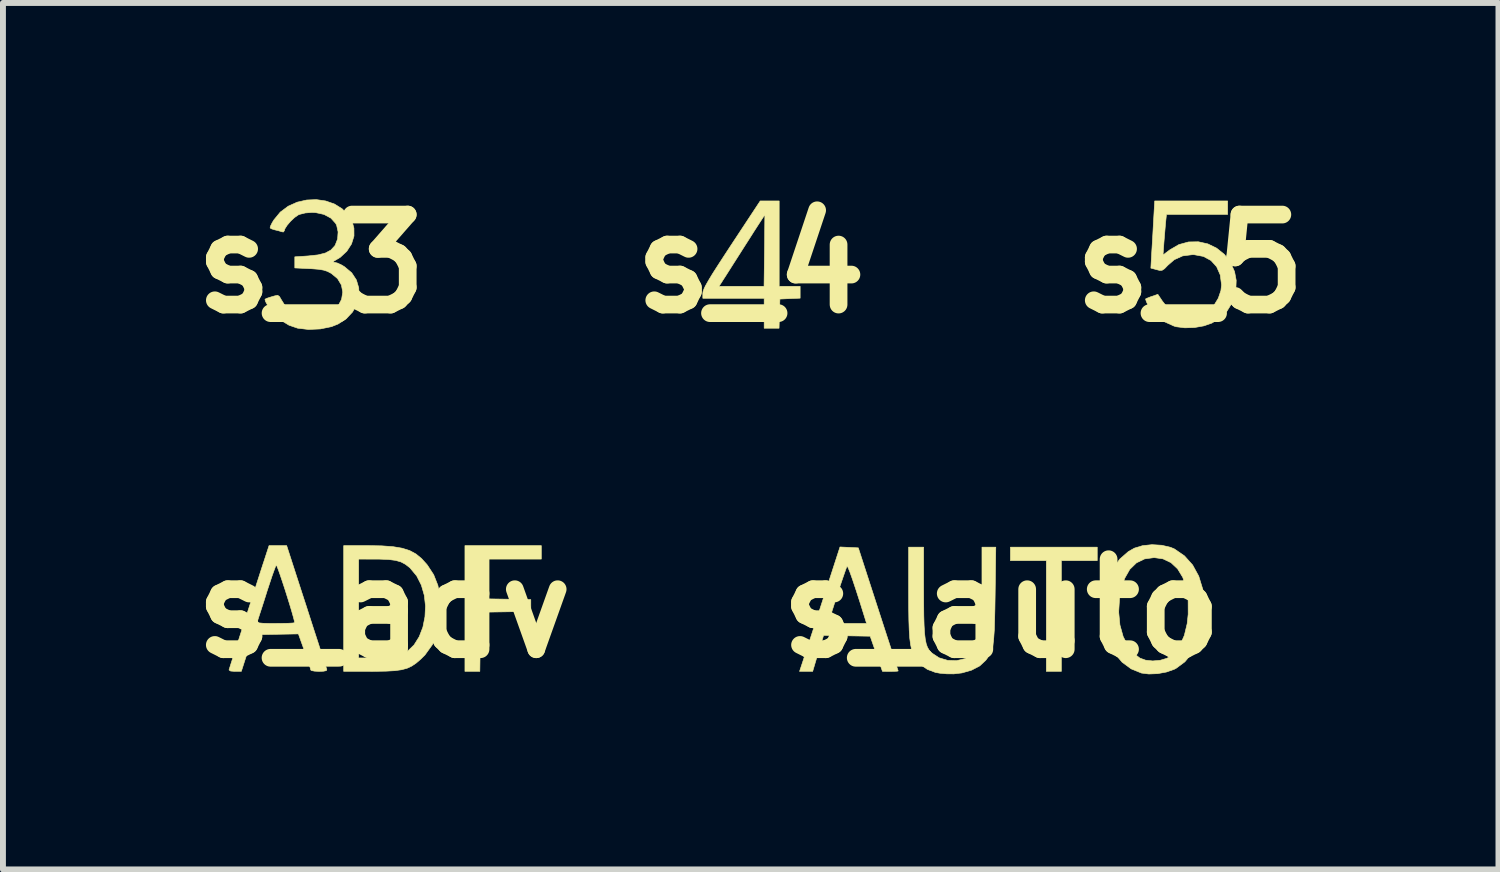
<source format=kicad_pcb>
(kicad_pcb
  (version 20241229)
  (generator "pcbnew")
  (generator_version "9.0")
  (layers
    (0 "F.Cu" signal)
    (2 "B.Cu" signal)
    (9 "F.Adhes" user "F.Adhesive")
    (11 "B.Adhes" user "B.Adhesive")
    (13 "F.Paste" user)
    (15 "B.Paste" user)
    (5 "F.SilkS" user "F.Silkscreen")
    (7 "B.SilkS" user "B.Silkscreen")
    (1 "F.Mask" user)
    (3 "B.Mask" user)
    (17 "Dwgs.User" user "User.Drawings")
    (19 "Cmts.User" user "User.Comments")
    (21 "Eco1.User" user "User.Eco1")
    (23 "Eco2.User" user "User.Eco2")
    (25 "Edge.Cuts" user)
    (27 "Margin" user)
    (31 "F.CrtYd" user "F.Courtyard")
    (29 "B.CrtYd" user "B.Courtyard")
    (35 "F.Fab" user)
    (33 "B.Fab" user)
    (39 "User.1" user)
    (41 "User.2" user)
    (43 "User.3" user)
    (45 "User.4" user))
  (footprint "s_4"
    (layer "F.Cu")
    (at 9.662 1.418)
    (property "Reference" "s_4" (at 0 0 0) (layer "F.SilkS") (effects (font (size 1.524 1.524) (thickness 0.3))))
    (attr through_hole)
    (fp_poly (pts (xy 0.482 0.38) (xy 0.837 0.38) (xy 0.837 0.581) (xy 0.665 0.588) (xy 0.494 0.596) (xy 0.487 0.843) (xy 0.48 1.09) (xy 0.228 1.09) (xy 0.228 0.583) (xy -0.811 0.583) (xy -0.811 0.496) (xy -0.806 0.465) (xy -0.79 0.421) (xy -0.77 0.38) (xy -0.537 0.38) (xy 0.226 0.38) (xy 0.234 -0.222) (xy 0.236 -0.391) (xy 0.237 -0.542) (xy 0.238 -0.668) (xy 0.239 -0.763) (xy 0.24 -0.818) (xy 0.239 -0.829) (xy 0.226 -0.811) (xy 0.189 -0.755) (xy 0.132 -0.667) (xy 0.059 -0.554) (xy -0.026 -0.42) (xy -0.103 -0.3) (xy -0.199 -0.149) (xy -0.289 -0.008) (xy -0.367 0.115) (xy -0.43 0.214) (xy -0.474 0.282) (xy -0.49 0.308) (xy -0.537 0.38) (xy -0.77 0.38) (xy -0.76 0.36) (xy -0.713 0.278) (xy -0.648 0.17) (xy -0.561 0.034) (xy -0.45 -0.137) (xy -0.325 -0.328) (xy 0.161 -1.065) (xy 0.482 -1.065) (xy 0.482 0.38)) (stroke (width 0.01) (type solid)) (fill yes) (layer "F.SilkS")))
  (footprint "s_auto"
    (layer "F.Cu")
    (at 13.908 7.254)
    (property "Reference" "s_auto" (at 0 0 0) (layer "F.SilkS") (effects (font (size 1.524 1.524) (thickness 0.3))))
    (attr through_hole)
    (fp_poly (pts (xy 1.622 -0.811) (xy 1.014 -0.811) (xy 1.014 1.065) (xy 0.76 1.065) (xy 0.76 -0.811) (xy 0.152 -0.811) (xy 0.152 -1.039) (xy 1.622 -1.039) (xy 1.622 -0.811)) (stroke (width 0.01) (type solid)) (fill yes) (layer "F.SilkS"))
    (fp_poly (pts (xy -2.424 -1.027) (xy -2.087 0.013) (xy -2.016 0.232) (xy -1.95 0.435) (xy -1.89 0.618) (xy -1.839 0.776) (xy -1.798 0.904) (xy -1.769 0.996) (xy -1.752 1.048) (xy -1.749 1.058) (xy -1.772 1.062) (xy -1.831 1.064) (xy -1.882 1.065) (xy -2.015 1.064) (xy -2.223 0.469) (xy -3.012 0.455) (xy -3.038 0.538) (xy -3.057 0.6) (xy -3.086 0.694) (xy -3.119 0.803) (xy -3.131 0.843) (xy -3.197 1.065) (xy -3.419 1.065) (xy -3.358 0.881) (xy -3.336 0.813) (xy -3.301 0.705) (xy -3.255 0.562) (xy -3.199 0.392) (xy -3.154 0.253) (xy -2.938 0.253) (xy -2.284 0.253) (xy -2.317 0.146) (xy -2.398 -0.113) (xy -2.467 -0.327) (xy -2.523 -0.495) (xy -2.566 -0.616) (xy -2.596 -0.69) (xy -2.612 -0.716) (xy -2.614 -0.716) (xy -2.627 -0.687) (xy -2.652 -0.617) (xy -2.687 -0.516) (xy -2.729 -0.393) (xy -2.762 -0.292) (xy -2.807 -0.151) (xy -2.848 -0.023) (xy -2.882 0.083) (xy -2.906 0.157) (xy -2.915 0.184) (xy -2.938 0.253) (xy -3.154 0.253) (xy -3.138 0.201) (xy -3.071 -0.002) (xy -3.016 -0.172) (xy -2.734 -1.042) (xy -2.424 -1.027)) (stroke (width 0.01) (type solid)) (fill yes) (layer "F.SilkS"))
    (fp_poly (pts (xy -1.318 -0.336) (xy -1.317 -0.085) (xy -1.315 0.121) (xy -1.31 0.287) (xy -1.302 0.418) (xy -1.29 0.52) (xy -1.274 0.598) (xy -1.253 0.657) (xy -1.226 0.703) (xy -1.193 0.742) (xy -1.182 0.752) (xy -1.058 0.834) (xy -0.914 0.878) (xy -0.763 0.883) (xy -0.617 0.849) (xy -0.489 0.775) (xy -0.483 0.77) (xy -0.443 0.732) (xy -0.41 0.688) (xy -0.384 0.633) (xy -0.364 0.561) (xy -0.35 0.467) (xy -0.34 0.346) (xy -0.334 0.191) (xy -0.331 -0.002) (xy -0.33 -0.239) (xy -0.33 -0.296) (xy -0.33 -1.039) (xy -0.096 -1.039) (xy -0.107 -0.234) (xy -0.111 0.008) (xy -0.116 0.205) (xy -0.121 0.364) (xy -0.13 0.49) (xy -0.141 0.589) (xy -0.157 0.668) (xy -0.177 0.731) (xy -0.203 0.785) (xy -0.236 0.836) (xy -0.266 0.877) (xy -0.368 0.972) (xy -0.506 1.044) (xy -0.67 1.091) (xy -0.808 1.107) (xy -0.927 1.106) (xy -1.042 1.096) (xy -1.119 1.082) (xy -1.254 1.031) (xy -1.356 0.961) (xy -1.429 0.88) (xy -1.467 0.826) (xy -1.497 0.767) (xy -1.521 0.697) (xy -1.539 0.61) (xy -1.553 0.502) (xy -1.562 0.366) (xy -1.568 0.196) (xy -1.571 -0.012) (xy -1.572 -0.266) (xy -1.572 -1.039) (xy -1.318 -1.039) (xy -1.318 -0.336)) (stroke (width 0.01) (type solid)) (fill yes) (layer "F.SilkS"))
    (fp_poly (pts (xy 2.714 -1.071) (xy 2.863 -1.036) (xy 2.928 -1.009) (xy 3.099 -0.891) (xy 3.237 -0.737) (xy 3.341 -0.547) (xy 3.409 -0.325) (xy 3.439 -0.101) (xy 3.436 0.138) (xy 3.398 0.365) (xy 3.328 0.572) (xy 3.23 0.754) (xy 3.105 0.903) (xy 2.957 1.013) (xy 2.926 1.029) (xy 2.796 1.075) (xy 2.645 1.103) (xy 2.495 1.109) (xy 2.37 1.093) (xy 2.196 1.022) (xy 2.044 0.91) (xy 1.918 0.761) (xy 1.818 0.583) (xy 1.749 0.38) (xy 1.713 0.158) (xy 1.712 0.059) (xy 1.985 0.059) (xy 2.006 0.279) (xy 2.061 0.476) (xy 2.148 0.645) (xy 2.264 0.779) (xy 2.345 0.84) (xy 2.44 0.875) (xy 2.561 0.888) (xy 2.688 0.877) (xy 2.801 0.843) (xy 2.813 0.837) (xy 2.929 0.75) (xy 3.024 0.621) (xy 3.097 0.455) (xy 3.145 0.256) (xy 3.162 0.096) (xy 3.161 -0.141) (xy 3.13 -0.35) (xy 3.07 -0.528) (xy 2.983 -0.671) (xy 2.871 -0.776) (xy 2.735 -0.841) (xy 2.586 -0.862) (xy 2.424 -0.84) (xy 2.286 -0.773) (xy 2.173 -0.663) (xy 2.086 -0.51) (xy 2.024 -0.315) (xy 2 -0.177) (xy 1.985 0.059) (xy 1.712 0.059) (xy 1.711 -0.078) (xy 1.732 -0.243) (xy 1.792 -0.471) (xy 1.884 -0.671) (xy 2.004 -0.837) (xy 2.149 -0.964) (xy 2.251 -1.022) (xy 2.389 -1.064) (xy 2.549 -1.081) (xy 2.714 -1.071)) (stroke (width 0.01) (type solid)) (fill yes) (layer "F.SilkS")))
  (footprint "s_adv"
    (layer "F.Cu")
    (at 3.454 7.254)
    (property "Reference" "s_adv" (at 0 0 0) (layer "F.SilkS") (effects (font (size 1.524 1.524) (thickness 0.3))))
    (attr through_hole)
    (fp_poly (pts (xy 2.662 -0.837) (xy 1.621 -0.837) (xy 1.628 -0.501) (xy 1.635 -0.165) (xy 2.06 -0.158) (xy 2.484 -0.151) (xy 2.484 0.049) (xy 2.06 0.056) (xy 1.635 0.063) (xy 1.628 0.564) (xy 1.621 1.065) (xy 1.369 1.065) (xy 1.369 -1.065) (xy 2.662 -1.065) (xy 2.662 -0.837)) (stroke (width 0.01) (type solid)) (fill yes) (layer "F.SilkS"))
    (fp_poly (pts (xy -0.039 -1.061) (xy 0.151 -1.047) (xy 0.306 -1.021) (xy 0.433 -0.981) (xy 0.54 -0.923) (xy 0.634 -0.846) (xy 0.724 -0.746) (xy 0.733 -0.735) (xy 0.84 -0.571) (xy 0.911 -0.391) (xy 0.95 -0.184) (xy 0.957 -0.087) (xy 0.951 0.175) (xy 0.905 0.406) (xy 0.819 0.61) (xy 0.691 0.788) (xy 0.618 0.86) (xy 0.542 0.925) (xy 0.468 0.975) (xy 0.389 1.012) (xy 0.295 1.037) (xy 0.18 1.053) (xy 0.034 1.061) (xy -0.152 1.064) (xy -0.233 1.065) (xy -0.684 1.065) (xy -0.684 0.837) (xy -0.431 0.837) (xy -0.144 0.837) (xy 0.041 0.832) (xy 0.18 0.816) (xy 0.26 0.797) (xy 0.396 0.725) (xy 0.508 0.616) (xy 0.595 0.477) (xy 0.657 0.316) (xy 0.692 0.141) (xy 0.701 -0.042) (xy 0.681 -0.223) (xy 0.631 -0.396) (xy 0.552 -0.552) (xy 0.442 -0.684) (xy 0.435 -0.691) (xy 0.362 -0.748) (xy 0.285 -0.789) (xy 0.193 -0.815) (xy 0.076 -0.83) (xy -0.078 -0.836) (xy -0.146 -0.836) (xy -0.431 -0.837) (xy -0.431 0.837) (xy -0.684 0.837) (xy -0.684 -1.065) (xy -0.271 -1.065) (xy -0.039 -1.061)) (stroke (width 0.01) (type solid)) (fill yes) (layer "F.SilkS"))
    (fp_poly (pts (xy -1.381 -0.234) (xy -1.314 -0.029) (xy -1.25 0.171) (xy -1.19 0.357) (xy -1.136 0.522) (xy -1.092 0.658) (xy -1.06 0.757) (xy -1.047 0.799) (xy -1.015 0.896) (xy -0.989 0.976) (xy -0.972 1.026) (xy -0.97 1.033) (xy -0.978 1.052) (xy -1.026 1.062) (xy -1.1 1.065) (xy -1.177 1.061) (xy -1.229 1.051) (xy -1.242 1.041) (xy -1.25 1.009) (xy -1.272 0.94) (xy -1.305 0.843) (xy -1.345 0.728) (xy -1.346 0.723) (xy -1.451 0.43) (xy -1.834 0.437) (xy -2.218 0.444) (xy -2.418 1.065) (xy -2.526 1.065) (xy -2.599 1.059) (xy -2.625 1.042) (xy -2.624 1.033) (xy -2.614 1.002) (xy -2.591 0.928) (xy -2.556 0.819) (xy -2.511 0.679) (xy -2.458 0.516) (xy -2.4 0.335) (xy -2.37 0.241) (xy -2.363 0.22) (xy -2.147 0.22) (xy -2.143 0.234) (xy -2.113 0.244) (xy -2.051 0.25) (xy -1.949 0.253) (xy -1.845 0.253) (xy -1.723 0.252) (xy -1.622 0.25) (xy -1.549 0.246) (xy -1.517 0.241) (xy -1.516 0.24) (xy -1.519 0.213) (xy -1.536 0.147) (xy -1.563 0.051) (xy -1.598 -0.066) (xy -1.638 -0.195) (xy -1.68 -0.328) (xy -1.722 -0.456) (xy -1.76 -0.569) (xy -1.792 -0.659) (xy -1.815 -0.717) (xy -1.826 -0.735) (xy -1.838 -0.712) (xy -1.862 -0.648) (xy -1.897 -0.551) (xy -1.938 -0.427) (xy -1.985 -0.285) (xy -1.988 -0.274) (xy -2.034 -0.128) (xy -2.076 0.002) (xy -2.111 0.109) (xy -2.135 0.184) (xy -2.147 0.22) (xy -2.147 0.22) (xy -2.363 0.22) (xy -2.305 0.038) (xy -2.24 -0.163) (xy -2.179 -0.353) (xy -2.124 -0.524) (xy -2.078 -0.667) (xy -2.044 -0.772) (xy -2.037 -0.792) (xy -1.948 -1.065) (xy -1.65 -1.065) (xy -1.381 -0.234)) (stroke (width 0.01) (type solid)) (fill yes) (layer "F.SilkS")))
  (footprint "s_5"
    (layer "F.Cu")
    (at 17.104 1.418)
    (property "Reference" "s_5" (at 0 0 0) (layer "F.SilkS") (effects (font (size 1.524 1.524) (thickness 0.3))))
    (attr through_hole)
    (fp_poly (pts (xy 0.634 -0.837) (xy -0.402 -0.837) (xy -0.416 -0.703) (xy -0.424 -0.611) (xy -0.434 -0.493) (xy -0.444 -0.372) (xy -0.445 -0.36) (xy -0.46 -0.15) (xy -0.348 -0.235) (xy -0.192 -0.326) (xy -0.028 -0.371) (xy 0.138 -0.374) (xy 0.299 -0.338) (xy 0.447 -0.266) (xy 0.577 -0.162) (xy 0.68 -0.029) (xy 0.751 0.131) (xy 0.779 0.279) (xy 0.772 0.468) (xy 0.719 0.644) (xy 0.623 0.8) (xy 0.489 0.929) (xy 0.368 1.002) (xy 0.232 1.05) (xy 0.073 1.078) (xy -0.09 1.083) (xy -0.235 1.065) (xy -0.273 1.054) (xy -0.448 0.975) (xy -0.593 0.864) (xy -0.7 0.726) (xy -0.714 0.701) (xy -0.742 0.64) (xy -0.755 0.6) (xy -0.754 0.593) (xy -0.726 0.58) (xy -0.668 0.557) (xy -0.646 0.55) (xy -0.548 0.516) (xy -0.471 0.631) (xy -0.409 0.709) (xy -0.341 0.778) (xy -0.31 0.802) (xy -0.185 0.858) (xy -0.038 0.879) (xy 0.114 0.865) (xy 0.257 0.817) (xy 0.319 0.782) (xy 0.405 0.698) (xy 0.476 0.582) (xy 0.52 0.453) (xy 0.531 0.356) (xy 0.509 0.188) (xy 0.448 0.049) (xy 0.352 -0.057) (xy 0.224 -0.126) (xy 0.068 -0.155) (xy 0.039 -0.156) (xy -0.127 -0.135) (xy -0.269 -0.071) (xy -0.38 0.025) (xy -0.436 0.083) (xy -0.476 0.109) (xy -0.518 0.111) (xy -0.569 0.098) (xy -0.666 0.072) (xy -0.651 -0.199) (xy -0.642 -0.345) (xy -0.632 -0.515) (xy -0.623 -0.683) (xy -0.618 -0.767) (xy -0.601 -1.065) (xy 0.634 -1.065) (xy 0.634 -0.837)) (stroke (width 0.01) (type solid)) (fill yes) (layer "F.SilkS")))
  (footprint "s_3"
    (layer "F.Cu")
    (at 2.221 1.418)
    (property "Reference" "s_3" (at 0 0 0) (layer "F.SilkS") (effects (font (size 1.524 1.524) (thickness 0.3))))
    (attr through_hole)
    (fp_poly (pts (xy 0.244 -1.065) (xy 0.393 -1.013) (xy 0.523 -0.932) (xy 0.628 -0.824) (xy 0.699 -0.69) (xy 0.722 -0.605) (xy 0.723 -0.471) (xy 0.681 -0.337) (xy 0.601 -0.213) (xy 0.491 -0.111) (xy 0.433 -0.076) (xy 0.381 -0.045) (xy 0.373 -0.03) (xy 0.394 -0.026) (xy 0.445 -0.013) (xy 0.517 0.021) (xy 0.561 0.048) (xy 0.684 0.151) (xy 0.764 0.273) (xy 0.804 0.408) (xy 0.806 0.548) (xy 0.77 0.686) (xy 0.699 0.815) (xy 0.593 0.928) (xy 0.455 1.018) (xy 0.343 1.063) (xy 0.153 1.102) (xy -0.047 1.111) (xy -0.232 1.089) (xy -0.235 1.088) (xy -0.377 1.039) (xy -0.507 0.96) (xy -0.586 0.894) (xy -0.64 0.838) (xy -0.694 0.769) (xy -0.741 0.698) (xy -0.774 0.639) (xy -0.784 0.602) (xy -0.781 0.597) (xy -0.748 0.582) (xy -0.687 0.562) (xy -0.622 0.543) (xy -0.575 0.533) (xy -0.57 0.532) (xy -0.539 0.553) (xy -0.509 0.605) (xy -0.507 0.608) (xy -0.454 0.693) (xy -0.372 0.776) (xy -0.278 0.842) (xy -0.192 0.876) (xy -0.079 0.888) (xy 0.047 0.887) (xy 0.17 0.875) (xy 0.275 0.853) (xy 0.345 0.823) (xy 0.347 0.821) (xy 0.451 0.718) (xy 0.513 0.601) (xy 0.533 0.478) (xy 0.51 0.358) (xy 0.445 0.25) (xy 0.338 0.161) (xy 0.336 0.16) (xy 0.273 0.127) (xy 0.208 0.106) (xy 0.126 0.092) (xy 0.012 0.083) (xy -0.028 0.081) (xy -0.279 0.069) (xy -0.279 -0.119) (xy -0.052 -0.134) (xy 0.115 -0.152) (xy 0.24 -0.184) (xy 0.331 -0.233) (xy 0.396 -0.303) (xy 0.405 -0.316) (xy 0.446 -0.422) (xy 0.454 -0.541) (xy 0.43 -0.652) (xy 0.414 -0.684) (xy 0.333 -0.774) (xy 0.216 -0.837) (xy 0.074 -0.868) (xy 0.013 -0.871) (xy -0.103 -0.862) (xy -0.198 -0.838) (xy -0.22 -0.829) (xy -0.283 -0.785) (xy -0.35 -0.722) (xy -0.409 -0.653) (xy -0.448 -0.592) (xy -0.456 -0.562) (xy -0.473 -0.539) (xy -0.501 -0.544) (xy -0.559 -0.562) (xy -0.615 -0.575) (xy -0.67 -0.592) (xy -0.697 -0.608) (xy -0.691 -0.638) (xy -0.663 -0.695) (xy -0.634 -0.743) (xy -0.525 -0.876) (xy -0.391 -0.976) (xy -0.24 -1.044) (xy -0.079 -1.081) (xy 0.085 -1.088) (xy 0.244 -1.065)) (stroke (width 0.01) (type solid)) (fill yes) (layer "F.SilkS")))
  (gr_rect
    (start -3 -3)
    (end 22.324 11.672)
    (stroke (width 0.1) (type default))
    (fill no)
    (layer "Edge.Cuts")))
</source>
